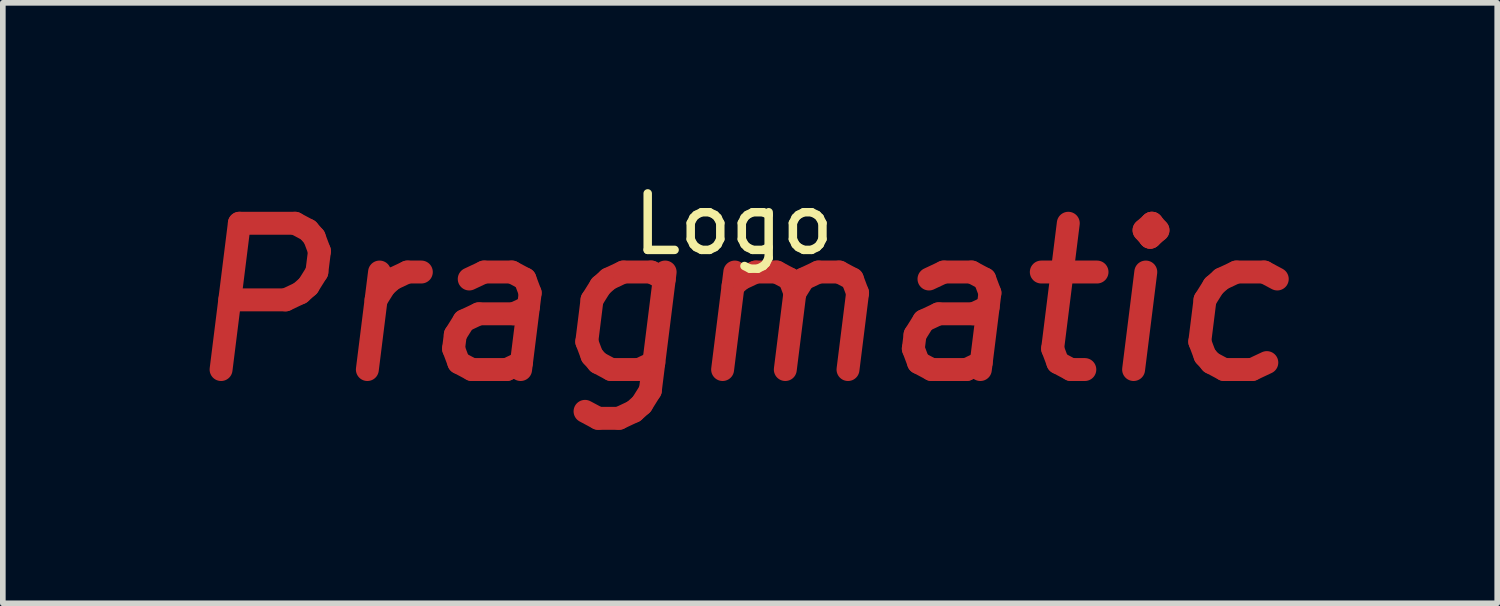
<source format=kicad_pcb>
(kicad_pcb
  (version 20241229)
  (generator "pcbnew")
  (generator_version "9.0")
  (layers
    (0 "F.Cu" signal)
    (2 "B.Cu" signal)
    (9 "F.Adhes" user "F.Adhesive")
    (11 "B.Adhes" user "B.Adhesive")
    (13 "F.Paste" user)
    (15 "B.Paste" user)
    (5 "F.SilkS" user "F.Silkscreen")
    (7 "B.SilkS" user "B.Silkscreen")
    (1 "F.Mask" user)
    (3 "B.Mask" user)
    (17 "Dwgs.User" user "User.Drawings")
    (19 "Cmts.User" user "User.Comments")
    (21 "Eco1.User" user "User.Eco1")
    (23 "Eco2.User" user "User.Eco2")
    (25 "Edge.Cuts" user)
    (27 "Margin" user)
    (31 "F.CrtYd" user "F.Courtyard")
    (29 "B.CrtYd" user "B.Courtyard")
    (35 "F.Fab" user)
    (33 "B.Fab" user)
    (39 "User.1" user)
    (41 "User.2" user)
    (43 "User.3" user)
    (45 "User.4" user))
  (footprint "Logo"
    (layer "F.Cu")
    (at 9.946 3.461)
    (property "Reference" "Logo" (at 0 -2.54 0) (layer "F.SilkS") (effects (font (size 1 1) (thickness 0.15))))
    (attr through_hole)
    (fp_text user "Pragmatic" (at 0.127 -1.143 0) (layer "F.Cu") (effects (font (size 2.591 2.591) (thickness 0.406) (italic yes))))
    (fp_text user "Pragmatic" (at 0.127 -1.143 0) (layer "F.Mask") (effects (font (size 2.591 2.591) (thickness 0.457) (italic yes)))))
  (gr_rect
    (start -3 -3)
    (end 23.469 7.636)
    (stroke (width 0.1) (type default))
    (fill no)
    (layer "Edge.Cuts")))
</source>
